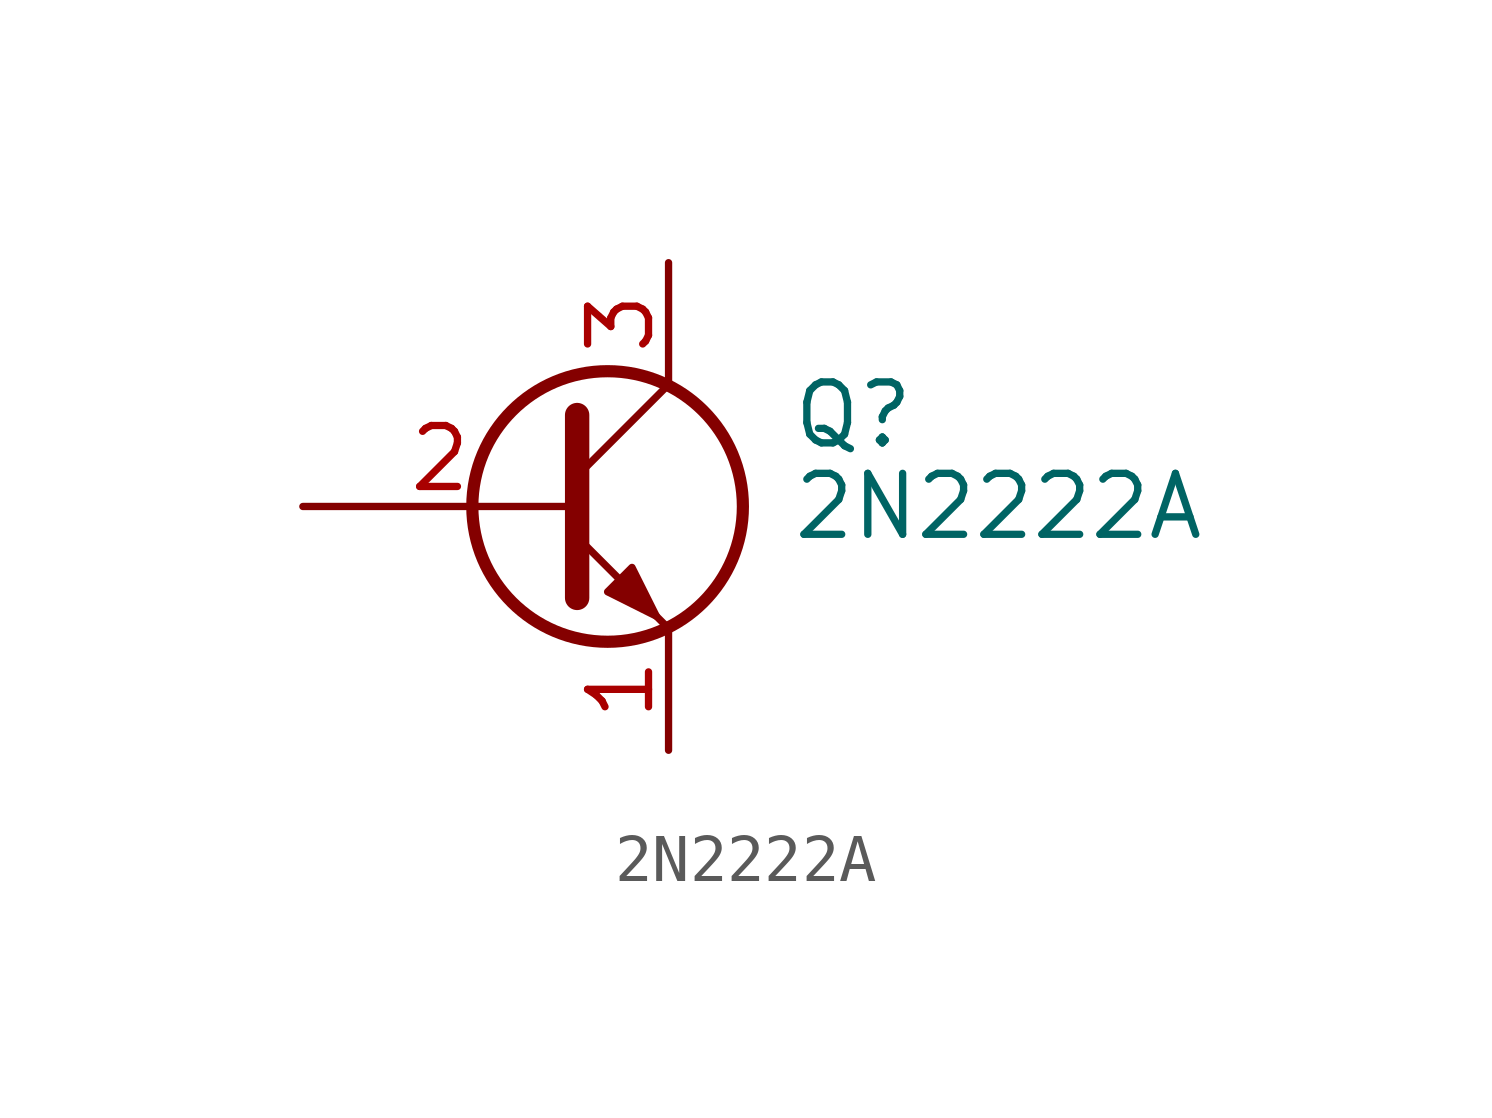
<source format=kicad_sym>
(kicad_symbol_lib
  (version 20211014)
  (generator kicad_symbol_editor)
  (symbol "2N2222A"
    (pin_names
      (offset 0) hide)
    (property "Reference" "Q"
      (at 5.08 1.905 0)
      (effects (font (size 1.27 1.27)) (justify left)))
    (property "Value" "2N2222A"
      (at 5.08 0 0)
      (effects (font (size 1.27 1.27)) (justify left)))
    (symbol "2N2222A_0_1"
      (polyline (pts (xy 0.635 0.635) (xy 2.54 2.54)) (stroke (width 0) (type default) (color 0 0 0 0)) (fill (type none)))
      (polyline (pts (xy 0.635 -0.635) (xy 2.54 -2.54) (xy 2.54 -2.54)) (stroke (width 0) (type default) (color 0 0 0 0)) (fill (type none)))
      (polyline (pts (xy 0.635 1.905) (xy 0.635 -1.905) (xy 0.635 -1.905)) (stroke (width 0.508) (type default) (color 0 0 0 0)) (fill (type none)))
      (polyline (pts (xy 1.27 -1.778) (xy 1.778 -1.27) (xy 2.286 -2.286) (xy 1.27 -1.778) (xy 1.27 -1.778)) (stroke (width 0) (type default) (color 0 0 0 0)) (fill (type outline)))
      (circle (center 1.27 0) (radius 2.819) (stroke (width 0.254) (type default) (color 0 0 0 0)) (fill (type none))))
    (symbol "2N2222A_1_1"
      (pin passive line (at 2.54 -5.08 90) (length 2.54) (name "E" (effects (font (size 1.27 1.27)))) (number "1" (effects (font (size 1.27 1.27)))))
      (pin passive line (at -5.08 0 0) (length 5.715) (name "B" (effects (font (size 1.27 1.27)))) (number "2" (effects (font (size 1.27 1.27)))))
      (pin passive line (at 2.54 5.08 270) (length 2.54) (name "C" (effects (font (size 1.27 1.27)))) (number "3" (effects (font (size 1.27 1.27))))))))
</source>
